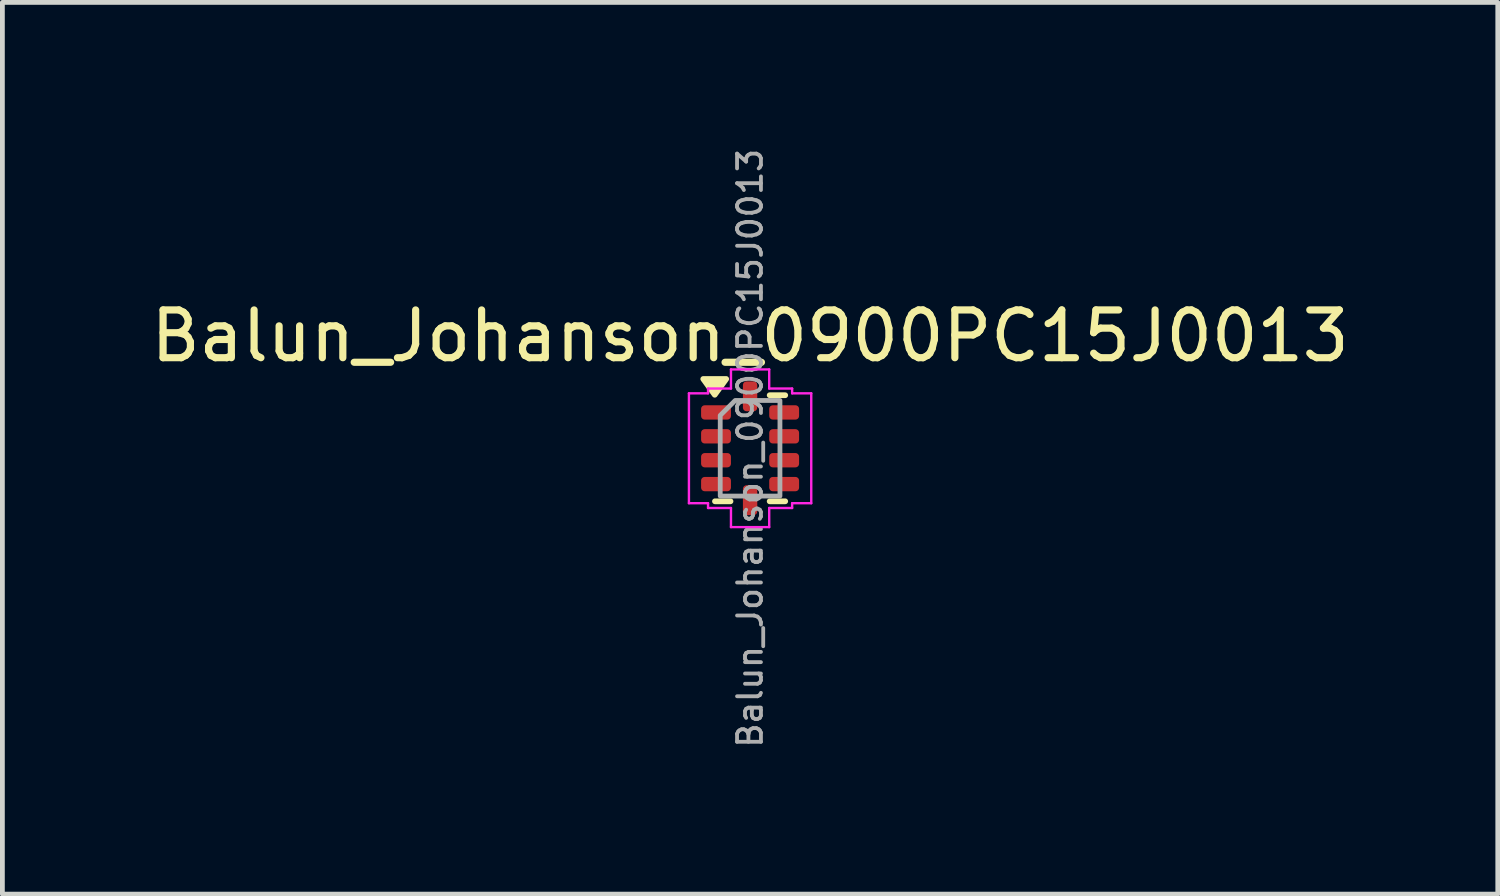
<source format=kicad_pcb>
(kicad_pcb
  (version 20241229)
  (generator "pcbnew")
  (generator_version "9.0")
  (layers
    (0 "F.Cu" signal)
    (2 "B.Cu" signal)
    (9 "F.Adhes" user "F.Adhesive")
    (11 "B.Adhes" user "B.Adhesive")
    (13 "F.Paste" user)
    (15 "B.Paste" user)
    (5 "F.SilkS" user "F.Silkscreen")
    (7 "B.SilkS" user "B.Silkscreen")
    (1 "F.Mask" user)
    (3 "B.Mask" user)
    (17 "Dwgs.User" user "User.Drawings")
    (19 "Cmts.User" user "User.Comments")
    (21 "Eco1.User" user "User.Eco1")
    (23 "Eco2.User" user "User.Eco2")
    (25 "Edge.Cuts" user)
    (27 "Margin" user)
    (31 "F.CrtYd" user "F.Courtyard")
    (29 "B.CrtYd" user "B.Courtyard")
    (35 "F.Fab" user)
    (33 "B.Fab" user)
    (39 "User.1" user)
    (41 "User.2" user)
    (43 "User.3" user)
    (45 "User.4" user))
  (footprint "Balun_Johanson_0900PC15J0013"
    (layer "F.Cu")
    (at 12.649 6.332)
    (property "Reference" "Balun_Johanson_0900PC15J0013" (at 0 -2.35 0) (layer "F.SilkS") (effects (font (size 1 1) (thickness 0.15))))
    (attr smd)
    (fp_line (start -0.41 1.11) (end -0.735 1.11) (stroke (width 0.12) (type solid)) (layer "F.SilkS"))
    (fp_line (start 0.41 -1.11) (end 0.735 -1.11) (stroke (width 0.12) (type solid)) (layer "F.SilkS"))
    (fp_line (start 0.41 1.11) (end 0.735 1.11) (stroke (width 0.12) (type solid)) (layer "F.SilkS"))
    (fp_poly (pts (xy -0.74 -1.12) (xy -0.98 -1.45) (xy -0.5 -1.45)) (stroke (width 0.12) (type solid)) (fill yes) (layer "F.SilkS"))
    (fp_line (start -1.28 -1.15) (end -0.88 -1.15) (stroke (width 0.05) (type solid)) (layer "F.CrtYd"))
    (fp_line (start -1.28 1.15) (end -1.28 -1.15) (stroke (width 0.05) (type solid)) (layer "F.CrtYd"))
    (fp_line (start -0.88 -1.25) (end -0.4 -1.25) (stroke (width 0.05) (type solid)) (layer "F.CrtYd"))
    (fp_line (start -0.88 -1.15) (end -0.88 -1.25) (stroke (width 0.05) (type solid)) (layer "F.CrtYd"))
    (fp_line (start -0.88 1.15) (end -1.28 1.15) (stroke (width 0.05) (type solid)) (layer "F.CrtYd"))
    (fp_line (start -0.88 1.25) (end -0.88 1.15) (stroke (width 0.05) (type solid)) (layer "F.CrtYd"))
    (fp_line (start -0.4 -1.65) (end 0.4 -1.65) (stroke (width 0.05) (type solid)) (layer "F.CrtYd"))
    (fp_line (start -0.4 -1.25) (end -0.4 -1.65) (stroke (width 0.05) (type solid)) (layer "F.CrtYd"))
    (fp_line (start -0.4 1.25) (end -0.88 1.25) (stroke (width 0.05) (type solid)) (layer "F.CrtYd"))
    (fp_line (start -0.4 1.65) (end -0.4 1.25) (stroke (width 0.05) (type solid)) (layer "F.CrtYd"))
    (fp_line (start 0.4 -1.65) (end 0.4 -1.25) (stroke (width 0.05) (type solid)) (layer "F.CrtYd"))
    (fp_line (start 0.4 -1.25) (end 0.88 -1.25) (stroke (width 0.05) (type solid)) (layer "F.CrtYd"))
    (fp_line (start 0.4 1.25) (end 0.4 1.65) (stroke (width 0.05) (type solid)) (layer "F.CrtYd"))
    (fp_line (start 0.4 1.65) (end -0.4 1.65) (stroke (width 0.05) (type solid)) (layer "F.CrtYd"))
    (fp_line (start 0.88 -1.25) (end 0.88 -1.15) (stroke (width 0.05) (type solid)) (layer "F.CrtYd"))
    (fp_line (start 0.88 -1.15) (end 1.28 -1.15) (stroke (width 0.05) (type solid)) (layer "F.CrtYd"))
    (fp_line (start 0.88 1.15) (end 0.88 1.25) (stroke (width 0.05) (type solid)) (layer "F.CrtYd"))
    (fp_line (start 0.88 1.25) (end 0.4 1.25) (stroke (width 0.05) (type solid)) (layer "F.CrtYd"))
    (fp_line (start 1.28 -1.15) (end 1.28 1.15) (stroke (width 0.05) (type solid)) (layer "F.CrtYd"))
    (fp_line (start 1.28 1.15) (end 0.88 1.15) (stroke (width 0.05) (type solid)) (layer "F.CrtYd"))
    (fp_poly (pts (xy -0.625 -0.688) (xy -0.625 1) (xy 0.625 1) (xy 0.625 -1) (xy -0.312 -1)) (stroke (width 0.1) (type solid)) (fill no) (layer "F.Fab"))
    (fp_text user "${REFERENCE}" (at 0 0 90) (layer "F.Fab") (effects (font (size 0.5 0.5) (thickness 0.08))))
    (pad "1" smd roundrect (at -0.713 -0.75) (size 0.625 0.3) (layers "F.Cu" "F.Mask" "F.Paste") (roundrect_rratio 0.25))
    (pad "2" smd roundrect (at -0.713 -0.25) (size 0.625 0.3) (layers "F.Cu" "F.Mask" "F.Paste") (roundrect_rratio 0.25))
    (pad "3" smd roundrect (at -0.713 0.25) (size 0.625 0.3) (layers "F.Cu" "F.Mask" "F.Paste") (roundrect_rratio 0.25))
    (pad "4" smd roundrect (at -0.713 0.75) (size 0.625 0.3) (layers "F.Cu" "F.Mask" "F.Paste") (roundrect_rratio 0.25))
    (pad "5" smd roundrect (at 0 1.087) (size 0.3 0.625) (layers "F.Cu" "F.Mask" "F.Paste") (roundrect_rratio 0.25))
    (pad "6" smd roundrect (at 0.713 0.75) (size 0.625 0.3) (layers "F.Cu" "F.Mask" "F.Paste") (roundrect_rratio 0.25))
    (pad "7" smd roundrect (at 0.713 0.25) (size 0.625 0.3) (layers "F.Cu" "F.Mask" "F.Paste") (roundrect_rratio 0.25))
    (pad "8" smd roundrect (at 0.713 -0.25) (size 0.625 0.3) (layers "F.Cu" "F.Mask" "F.Paste") (roundrect_rratio 0.25))
    (pad "9" smd roundrect (at 0.713 -0.75) (size 0.625 0.3) (layers "F.Cu" "F.Mask" "F.Paste") (roundrect_rratio 0.25))
    (pad "10" smd roundrect (at 0 -1.087) (size 0.3 0.625) (layers "F.Cu" "F.Mask" "F.Paste") (roundrect_rratio 0.25)))
  (gr_rect
    (start -3 -3)
    (end 28.298 15.664)
    (stroke (width 0.1) (type default))
    (fill no)
    (layer "Edge.Cuts")))
</source>
